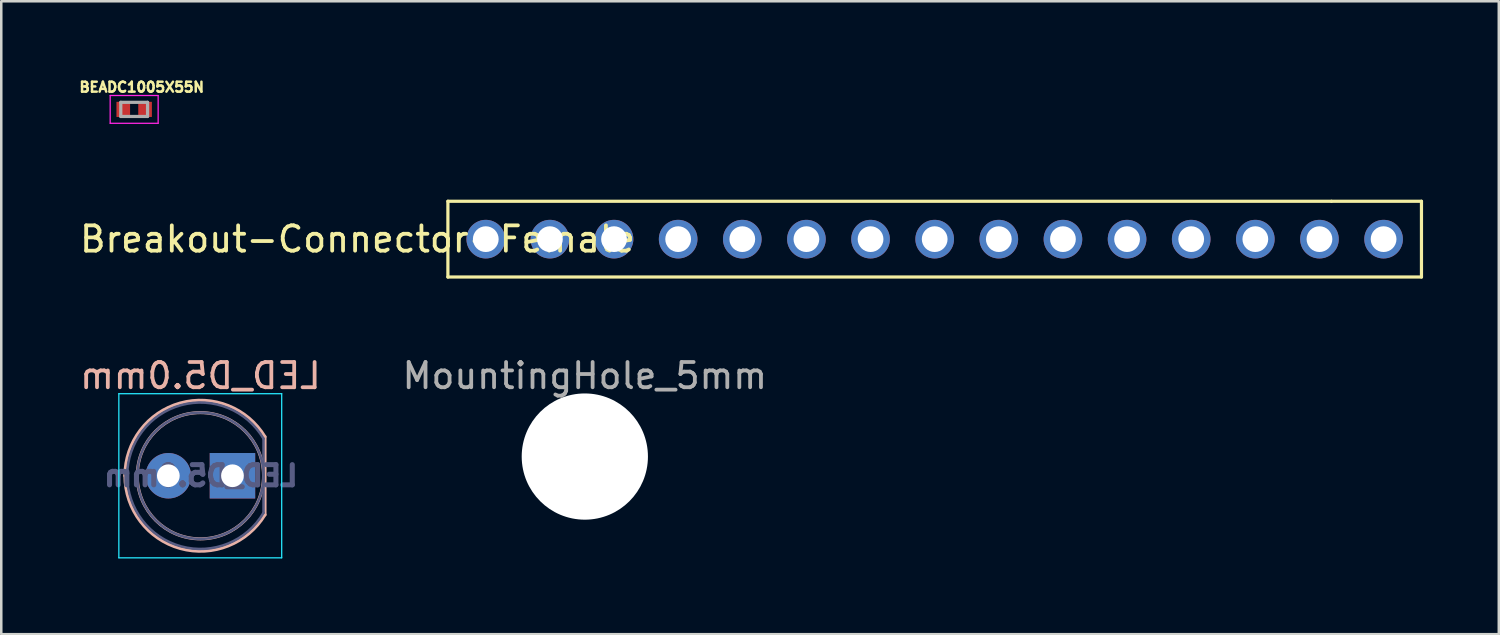
<source format=kicad_pcb>
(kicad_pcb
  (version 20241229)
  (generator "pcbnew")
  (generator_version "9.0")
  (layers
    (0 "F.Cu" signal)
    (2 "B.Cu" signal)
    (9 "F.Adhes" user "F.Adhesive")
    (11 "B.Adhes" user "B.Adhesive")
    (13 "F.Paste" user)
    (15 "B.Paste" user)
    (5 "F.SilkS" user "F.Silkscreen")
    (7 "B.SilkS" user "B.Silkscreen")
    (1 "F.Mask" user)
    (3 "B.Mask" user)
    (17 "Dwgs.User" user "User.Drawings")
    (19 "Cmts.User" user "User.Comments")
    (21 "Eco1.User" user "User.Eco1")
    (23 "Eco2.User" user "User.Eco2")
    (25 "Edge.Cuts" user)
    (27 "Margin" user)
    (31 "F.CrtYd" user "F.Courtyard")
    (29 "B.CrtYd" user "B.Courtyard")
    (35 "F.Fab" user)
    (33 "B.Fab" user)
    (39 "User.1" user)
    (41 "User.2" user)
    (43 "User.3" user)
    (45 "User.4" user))
  (footprint "LED_D5.0mm"
    (layer "F.Cu")
    (at 4.847 15.793)
    (property "Reference" "LED_D5.0mm" (at 0.04 -3.96 0) (layer "B.SilkS") (effects (font (size 1 1) (thickness 0.15)) (justify mirror)))
    (attr through_hole)
    (fp_line (start 2.6 -1.545) (end 2.6 1.545) (stroke (width 0.12) (type solid)) (layer "B.SilkS"))
    (fp_arc (start -2.95 0.000462) (mid -0.762002 -2.880433) (end 2.6 -1.54483) (stroke (width 0.12) (type solid)) (layer "B.SilkS"))
    (fp_arc (start 2.6 1.54483) (mid -0.762002 2.880433) (end -2.95 -0.000462) (stroke (width 0.12) (type solid)) (layer "B.SilkS"))
    (fp_circle (center 0.04 0) (end -2.46 0) (stroke (width 0.12) (type solid)) (fill no) (layer "B.SilkS"))
    (fp_line (start -3.19 -3.25) (end 3.26 -3.25) (stroke (width 0.05) (type solid)) (layer "B.CrtYd"))
    (fp_line (start -3.19 3.25) (end -3.19 -3.25) (stroke (width 0.05) (type solid)) (layer "B.CrtYd"))
    (fp_line (start 3.26 -3.25) (end 3.26 3.25) (stroke (width 0.05) (type solid)) (layer "B.CrtYd"))
    (fp_line (start 3.26 3.25) (end -3.19 3.25) (stroke (width 0.05) (type solid)) (layer "B.CrtYd"))
    (fp_line (start 2.54 -1.47) (end 2.54 1.47) (stroke (width 0.1) (type solid)) (layer "B.Fab"))
    (fp_arc (start 2.540016 1.469666) (mid -2.86 0.000016) (end 2.54 -1.469694) (stroke (width 0.1) (type solid)) (layer "B.Fab"))
    (fp_circle (center 0.04 0) (end -2.46 0) (stroke (width 0.1) (type solid)) (fill no) (layer "B.Fab"))
    (fp_text user "${REFERENCE}" (at 0.06 0 0) (layer "B.Fab") (effects (font (size 0.8 0.8) (thickness 0.2)) (justify mirror)))
    (pad "1" thru_hole rect (at 1.31 0) (size 1.8 1.8) (drill 0.9) (layers "*.Cu" "*.Mask"))
    (pad "2" thru_hole circle (at -1.23 0) (size 1.8 1.8) (drill 0.9) (layers "*.Cu" "*.Mask")))
  (footprint "BEADC1005X55N"
    (layer "F.Cu")
    (at 2.264 1.283)
    (property "Reference" "BEADC1005X55N" (at 0.3 -0.88 0) (layer "F.SilkS") (effects (font (size 0.394 0.394) (thickness 0.15))))
    (attr through_hole)
    (fp_line (start -0.95 -0.55) (end 0.95 -0.55) (stroke (width 0.05) (type solid)) (layer "F.CrtYd"))
    (fp_line (start -0.95 0.55) (end -0.95 -0.55) (stroke (width 0.05) (type solid)) (layer "F.CrtYd"))
    (fp_line (start -0.95 0.55) (end 0.95 0.55) (stroke (width 0.05) (type solid)) (layer "F.CrtYd"))
    (fp_line (start 0.95 0.55) (end 0.95 -0.55) (stroke (width 0.05) (type solid)) (layer "F.CrtYd"))
    (fp_line (start -0.53 0.28) (end -0.53 -0.28) (stroke (width 0.127) (type solid)) (layer "F.Fab"))
    (fp_line (start 0.53 -0.28) (end -0.53 -0.28) (stroke (width 0.127) (type solid)) (layer "F.Fab"))
    (fp_line (start 0.53 0.28) (end -0.53 0.28) (stroke (width 0.127) (type solid)) (layer "F.Fab"))
    (fp_line (start 0.53 0.28) (end 0.53 -0.28) (stroke (width 0.127) (type solid)) (layer "F.Fab"))
    (pad "1" smd rect (at -0.432 0) (size 0.54 0.6) (layers "F.Cu" "F.Mask" "F.Paste"))
    (pad "2" smd rect (at 0.432 0) (size 0.54 0.6) (layers "F.Cu" "F.Mask" "F.Paste")))
  (footprint "MountingHole_5mm"
    (layer "F.Cu")
    (at 20.113 15.033)
    (property "Reference" "MountingHole_5mm" (at 0 -3.2 0) (layer "F.Fab") (effects (font (size 1 1) (thickness 0.15))))
    (attr exclude_from_pos_files exclude_from_bom)
    (pad "" np_thru_hole circle (at 0 0) (size 5 5) (drill 5) (layers "*.Cu" "*.Mask")))
  (footprint "Breakout-Connector-Female"
    (layer "F.Cu")
    (at 16.19 6.422)
    (property "Reference" "Breakout-Connector-Female" (at -5.08 0 0) (layer "F.SilkS") (effects (font (size 1.003 1.003) (thickness 0.15))))
    (attr through_hole)
    (fp_line (start -1.5 -1.5) (end 33.49 -1.5) (stroke (width 0.127) (type solid)) (layer "F.SilkS"))
    (fp_line (start -1.5 -0.01) (end -1.5 -1.5) (stroke (width 0.127) (type solid)) (layer "F.SilkS"))
    (fp_line (start -1.5 0) (end -1.5 -0.01) (stroke (width 0.127) (type solid)) (layer "F.SilkS"))
    (fp_line (start -1.5 1.5) (end -1.5 0) (stroke (width 0.127) (type solid)) (layer "F.SilkS"))
    (fp_line (start 33.5 -1.5) (end 37.06 -1.5) (stroke (width 0.127) (type solid)) (layer "F.SilkS"))
    (fp_line (start 37.06 -1.5) (end 37.06 1.5) (stroke (width 0.127) (type solid)) (layer "F.SilkS"))
    (fp_line (start 37.06 1.5) (end -1.5 1.5) (stroke (width 0.127) (type solid)) (layer "F.SilkS"))
    (pad "1" thru_hole circle (at 0 0) (size 1.53 1.53) (drill 1.02) (layers "*.Cu" "*.Mask"))
    (pad "2" thru_hole circle (at 2.54 0) (size 1.53 1.53) (drill 1.02) (layers "*.Cu" "*.Mask"))
    (pad "3" thru_hole circle (at 5.08 0) (size 1.53 1.53) (drill 1.02) (layers "*.Cu" "*.Mask"))
    (pad "4" thru_hole circle (at 7.62 0) (size 1.53 1.53) (drill 1.02) (layers "*.Cu" "*.Mask"))
    (pad "5" thru_hole circle (at 10.16 0) (size 1.53 1.53) (drill 1.02) (layers "*.Cu" "*.Mask"))
    (pad "6" thru_hole circle (at 12.7 0) (size 1.53 1.53) (drill 1.02) (layers "*.Cu" "*.Mask"))
    (pad "7" thru_hole circle (at 15.24 0) (size 1.53 1.53) (drill 1.02) (layers "*.Cu" "*.Mask"))
    (pad "8" thru_hole circle (at 17.78 0) (size 1.53 1.53) (drill 1.02) (layers "*.Cu" "*.Mask"))
    (pad "9" thru_hole circle (at 20.32 0) (size 1.53 1.53) (drill 1.02) (layers "*.Cu" "*.Mask"))
    (pad "10" thru_hole circle (at 22.86 0) (size 1.53 1.53) (drill 1.02) (layers "*.Cu" "*.Mask"))
    (pad "11" thru_hole circle (at 25.4 0) (size 1.53 1.53) (drill 1.02) (layers "*.Cu" "*.Mask"))
    (pad "12" thru_hole circle (at 27.94 0) (size 1.53 1.53) (drill 1.02) (layers "*.Cu" "*.Mask"))
    (pad "13" thru_hole circle (at 30.48 0) (size 1.53 1.53) (drill 1.02) (layers "*.Cu" "*.Mask"))
    (pad "14" thru_hole circle (at 33.02 0) (size 1.53 1.53) (drill 1.02) (layers "*.Cu" "*.Mask"))
    (pad "15" thru_hole circle (at 35.56 0) (size 1.53 1.53) (drill 1.02) (layers "*.Cu" "*.Mask")))
  (gr_rect
    (start -3 -3)
    (end 56.313 22.068)
    (stroke (width 0.1) (type default))
    (fill no)
    (layer "Edge.Cuts")))
</source>
